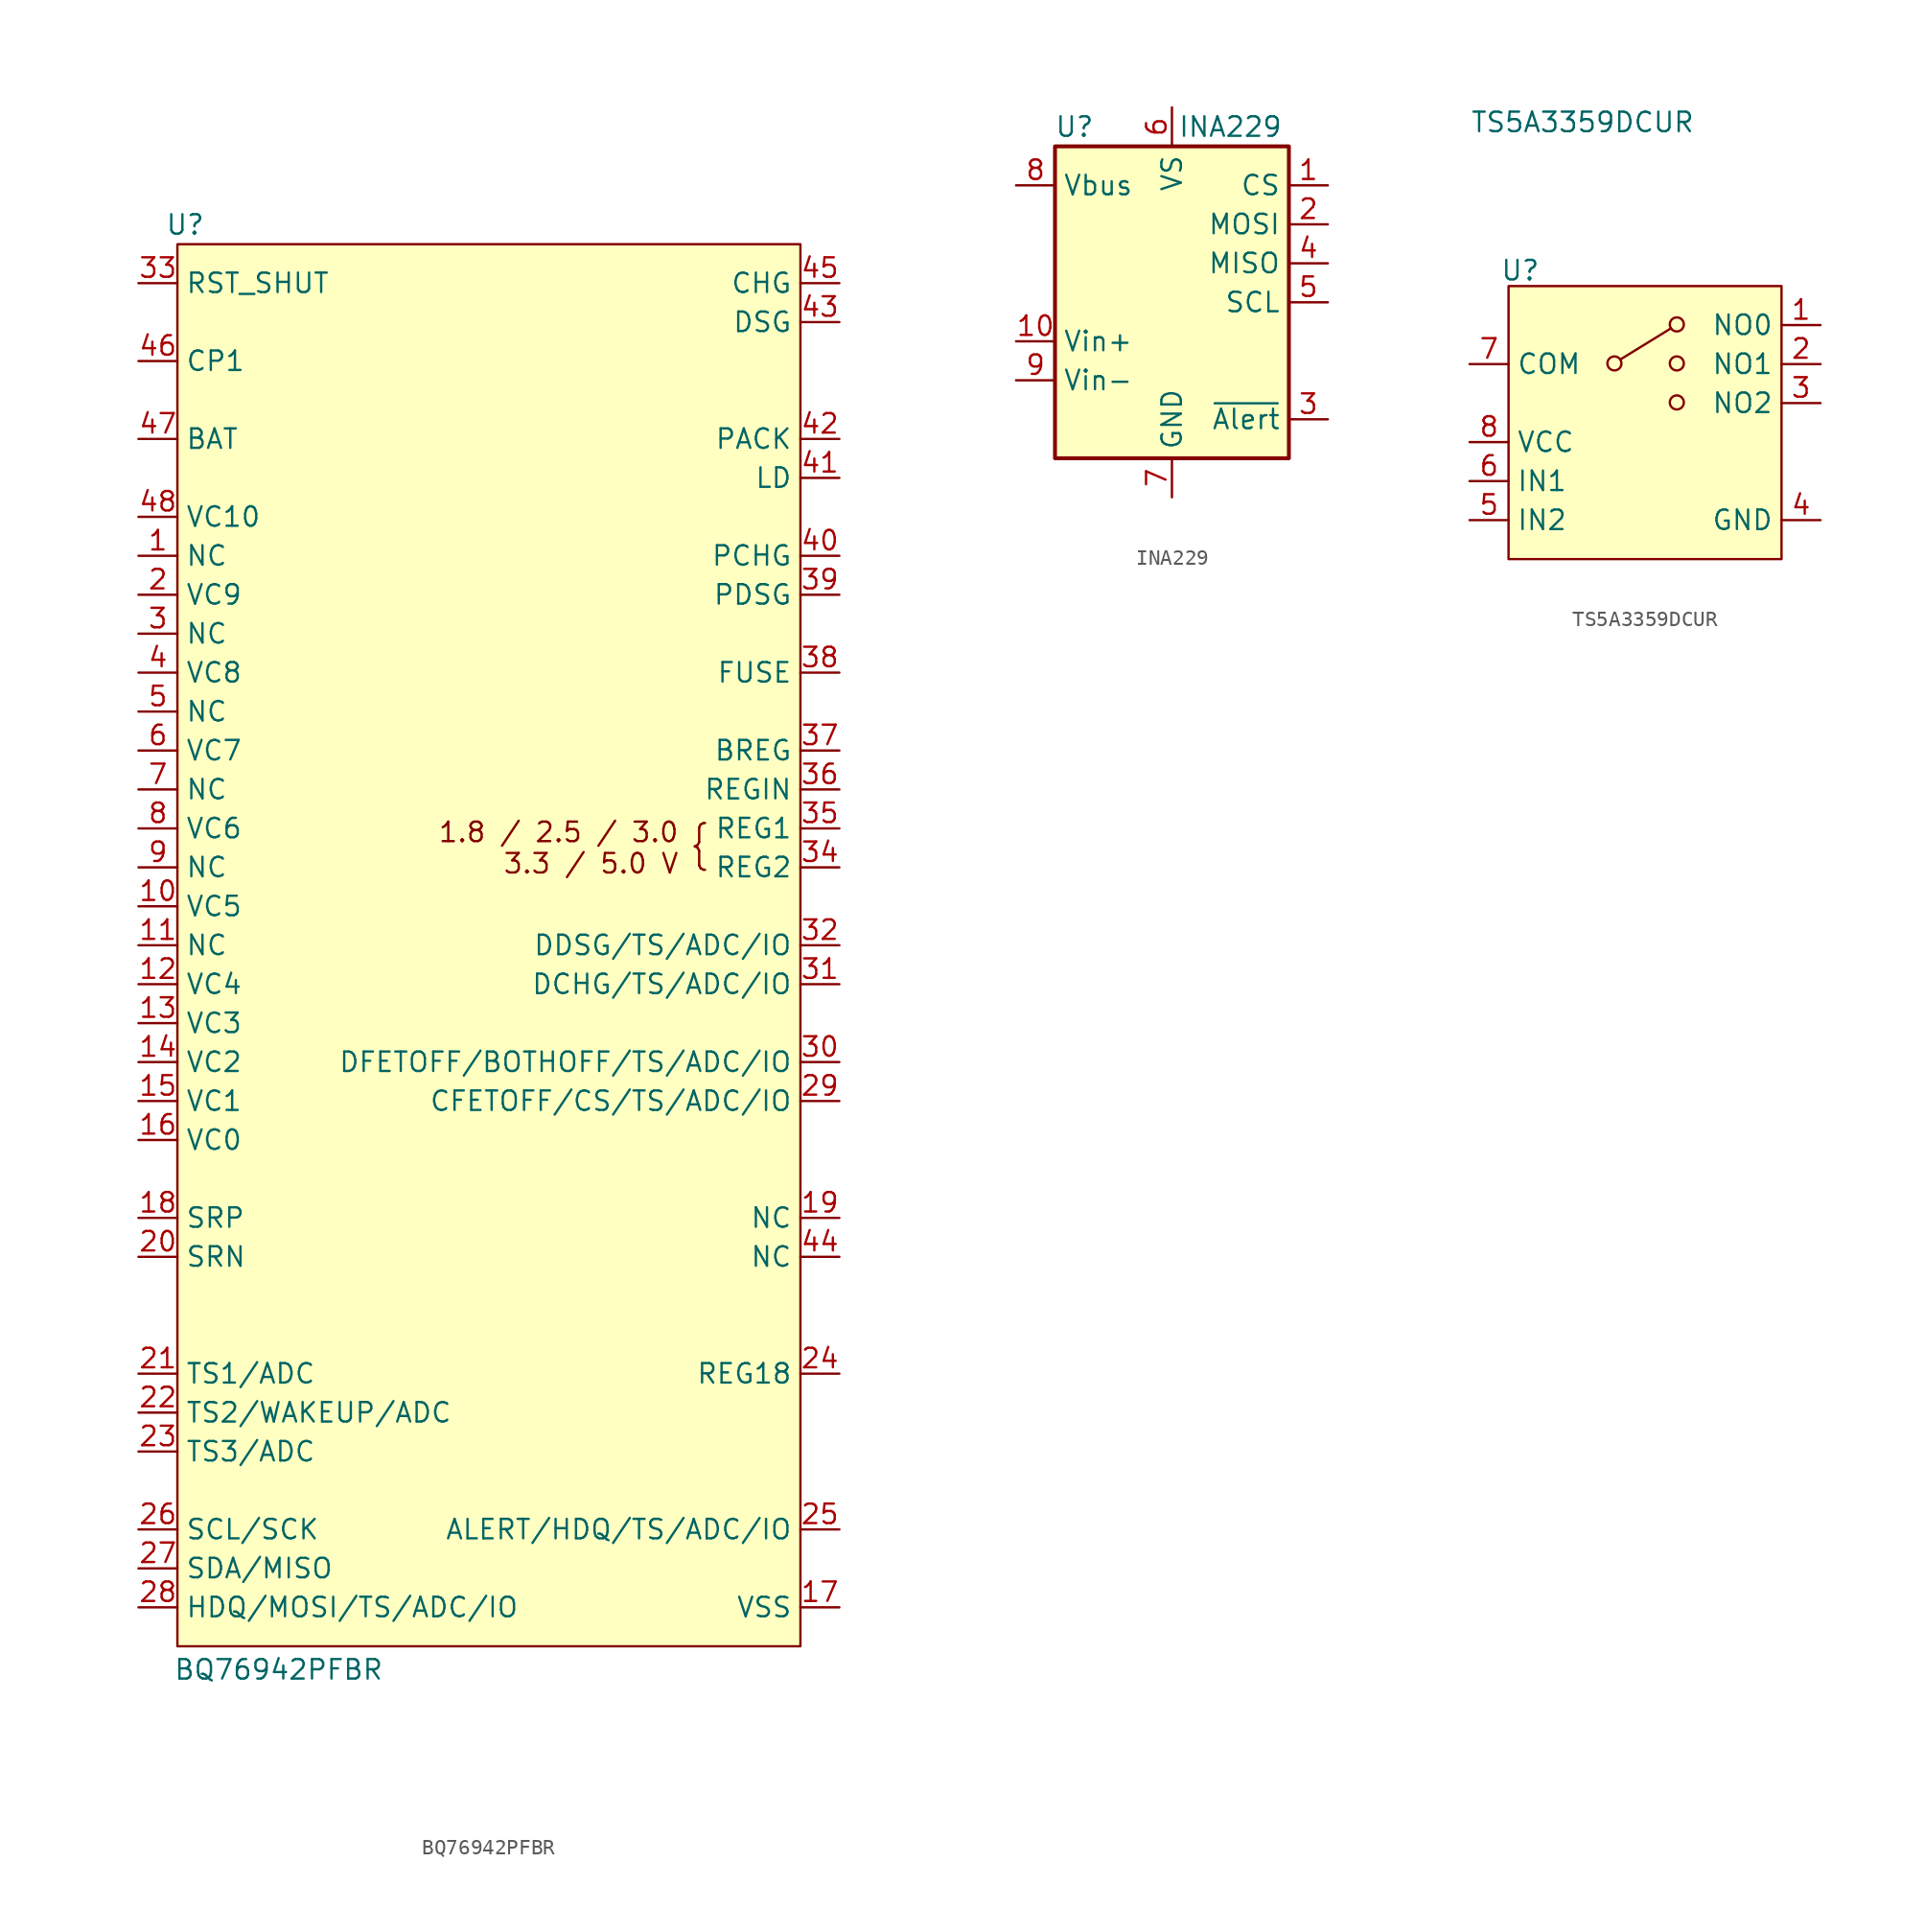
<source format=kicad_sym>
(kicad_symbol_lib
  (version 20241209)
  (generator "kicad_symbol_editor")
  (generator_version "9.0")
  (symbol "BQ76942PFBR"
    (property "Reference" "U"
      (at 0.508 1.27 0)
      (effects (font (size 1.27 1.27))))
    (property "Value" "BQ76942PFBR"
      (at 6.604 -92.964 0)
      (effects (font (size 1.27 1.27))))
    (symbol "BQ76942PFBR_0_0"
      (pin input line (at -2.54 -2.54 0) (length 2.54) (name "RST_SHUT" (effects (font (size 1.27 1.27)))) (number "33" (effects (font (size 1.27 1.27)))))
      (pin bidirectional line (at -2.54 -7.62 0) (length 2.54) (name "CP1" (effects (font (size 1.27 1.27)))) (number "46" (effects (font (size 1.27 1.27)))))
      (pin power_in line (at -2.54 -12.7 0) (length 2.54) (name "BAT" (effects (font (size 1.27 1.27)))) (number "47" (effects (font (size 1.27 1.27)))))
      (pin input line (at -2.54 -17.78 0) (length 2.54) (name "VC10" (effects (font (size 1.27 1.27)))) (number "48" (effects (font (size 1.27 1.27)))))
      (pin input line (at -2.54 -20.32 0) (length 2.54) (name "NC" (effects (font (size 1.27 1.27)))) (number "1" (effects (font (size 1.27 1.27)))))
      (pin input line (at -2.54 -22.86 0) (length 2.54) (name "VC9" (effects (font (size 1.27 1.27)))) (number "2" (effects (font (size 1.27 1.27)))))
      (pin input line (at -2.54 -25.4 0) (length 2.54) (name "NC" (effects (font (size 1.27 1.27)))) (number "3" (effects (font (size 1.27 1.27)))))
      (pin input line (at -2.54 -27.94 0) (length 2.54) (name "VC8" (effects (font (size 1.27 1.27)))) (number "4" (effects (font (size 1.27 1.27)))))
      (pin input line (at -2.54 -30.48 0) (length 2.54) (name "NC" (effects (font (size 1.27 1.27)))) (number "5" (effects (font (size 1.27 1.27)))))
      (pin input line (at -2.54 -33.02 0) (length 2.54) (name "VC7" (effects (font (size 1.27 1.27)))) (number "6" (effects (font (size 1.27 1.27)))))
      (pin input line (at -2.54 -35.56 0) (length 2.54) (name "NC" (effects (font (size 1.27 1.27)))) (number "7" (effects (font (size 1.27 1.27)))))
      (pin input line (at -2.54 -38.1 0) (length 2.54) (name "VC6" (effects (font (size 1.27 1.27)))) (number "8" (effects (font (size 1.27 1.27)))))
      (pin input line (at -2.54 -40.64 0) (length 2.54) (name "NC" (effects (font (size 1.27 1.27)))) (number "9" (effects (font (size 1.27 1.27)))))
      (pin input line (at -2.54 -45.72 0) (length 2.54) (name "NC" (effects (font (size 1.27 1.27)))) (number "11" (effects (font (size 1.27 1.27)))))
      (pin input line (at -2.54 -48.26 0) (length 2.54) (name "VC4" (effects (font (size 1.27 1.27)))) (number "12" (effects (font (size 1.27 1.27)))))
      (pin input line (at -2.54 -50.8 0) (length 2.54) (name "VC3" (effects (font (size 1.27 1.27)))) (number "13" (effects (font (size 1.27 1.27)))))
      (pin input line (at -2.54 -53.34 0) (length 2.54) (name "VC2" (effects (font (size 1.27 1.27)))) (number "14" (effects (font (size 1.27 1.27)))))
      (pin input line (at -2.54 -55.88 0) (length 2.54) (name "VC1" (effects (font (size 1.27 1.27)))) (number "15" (effects (font (size 1.27 1.27)))))
      (pin input line (at -2.54 -58.42 0) (length 2.54) (name "VC0" (effects (font (size 1.27 1.27)))) (number "16" (effects (font (size 1.27 1.27)))))
      (pin input line (at -2.54 -63.5 0) (length 2.54) (name "SRP" (effects (font (size 1.27 1.27)))) (number "18" (effects (font (size 1.27 1.27)))))
      (pin input line (at -2.54 -66.04 0) (length 2.54) (name "SRN" (effects (font (size 1.27 1.27)))) (number "20" (effects (font (size 1.27 1.27)))))
      (pin output line (at 43.18 -2.54 180) (length 2.54) (name "CHG" (effects (font (size 1.27 1.27)))) (number "45" (effects (font (size 1.27 1.27)))))
      (pin output line (at 43.18 -5.08 180) (length 2.54) (name "DSG" (effects (font (size 1.27 1.27)))) (number "43" (effects (font (size 1.27 1.27)))))
      (pin input line (at 43.18 -12.7 180) (length 2.54) (name "PACK" (effects (font (size 1.27 1.27)))) (number "42" (effects (font (size 1.27 1.27)))))
      (pin bidirectional line (at 43.18 -15.24 180) (length 2.54) (name "LD" (effects (font (size 1.27 1.27)))) (number "41" (effects (font (size 1.27 1.27)))))
      (pin output line (at 43.18 -20.32 180) (length 2.54) (name "PCHG" (effects (font (size 1.27 1.27)))) (number "40" (effects (font (size 1.27 1.27)))))
      (pin output line (at 43.18 -22.86 180) (length 2.54) (name "PDSG" (effects (font (size 1.27 1.27)))) (number "39" (effects (font (size 1.27 1.27)))))
      (pin bidirectional line (at 43.18 -27.94 180) (length 2.54) (name "FUSE" (effects (font (size 1.27 1.27)))) (number "38" (effects (font (size 1.27 1.27)))))
      (pin output line (at 43.18 -33.02 180) (length 2.54) (name "BREG" (effects (font (size 1.27 1.27)))) (number "37" (effects (font (size 1.27 1.27)))))
      (pin input line (at 43.18 -35.56 180) (length 2.54) (name "REGIN" (effects (font (size 1.27 1.27)))) (number "36" (effects (font (size 1.27 1.27)))))
      (pin power_out line (at 43.18 -38.1 180) (length 2.54) (name "REG1" (effects (font (size 1.27 1.27)))) (number "35" (effects (font (size 1.27 1.27)))))
      (pin power_out line (at 43.18 -40.64 180) (length 2.54) (name "REG2" (effects (font (size 1.27 1.27)))) (number "34" (effects (font (size 1.27 1.27)))))
      (pin passive line (at 43.18 -63.5 180) (length 2.54) (name "NC" (effects (font (size 1.27 1.27)))) (number "19" (effects (font (size 1.27 1.27)))))
      (pin passive line (at 43.18 -66.04 180) (length 2.54) (name "NC" (effects (font (size 1.27 1.27)))) (number "44" (effects (font (size 1.27 1.27)))))
      (pin power_out line (at 43.18 -73.66 180) (length 2.54) (name "REG18" (effects (font (size 1.27 1.27)))) (number "24" (effects (font (size 1.27 1.27)))))
      (pin power_out line (at 43.18 -88.9 180) (length 2.54) (name "VSS" (effects (font (size 1.27 1.27)))) (number "17" (effects (font (size 1.27 1.27))))))
    (symbol "BQ76942PFBR_1_0"
      (pin input line (at -2.54 -43.18 0) (length 2.54) (name "VC5" (effects (font (size 1.27 1.27)))) (number "10" (effects (font (size 1.27 1.27)))))
      (pin bidirectional line (at -2.54 -73.66 0) (length 2.54) (name "TS1/ADC" (effects (font (size 1.27 1.27)))) (number "21" (effects (font (size 1.27 1.27)))))
      (pin bidirectional line (at -2.54 -76.2 0) (length 2.54) (name "TS2/WAKEUP/ADC" (effects (font (size 1.27 1.27)))) (number "22" (effects (font (size 1.27 1.27)))))
      (pin bidirectional line (at -2.54 -78.74 0) (length 2.54) (name "TS3/ADC" (effects (font (size 1.27 1.27)))) (number "23" (effects (font (size 1.27 1.27)))))
      (pin bidirectional line (at -2.54 -83.82 0) (length 2.54) (name "SCL/SCK" (effects (font (size 1.27 1.27)))) (number "26" (effects (font (size 1.27 1.27)))))
      (pin bidirectional line (at -2.54 -86.36 0) (length 2.54) (name "SDA/MISO" (effects (font (size 1.27 1.27)))) (number "27" (effects (font (size 1.27 1.27)))))
      (pin bidirectional line (at -2.54 -88.9 0) (length 2.54) (name "HDQ/MOSI/TS/ADC/IO" (effects (font (size 1.27 1.27)))) (number "28" (effects (font (size 1.27 1.27)))))
      (pin bidirectional line (at 43.18 -45.72 180) (length 2.54) (name "DDSG/TS/ADC/IO" (effects (font (size 1.27 1.27)))) (number "32" (effects (font (size 1.27 1.27)))))
      (pin bidirectional line (at 43.18 -48.26 180) (length 2.54) (name "DCHG/TS/ADC/IO" (effects (font (size 1.27 1.27)))) (number "31" (effects (font (size 1.27 1.27)))))
      (pin bidirectional line (at 43.18 -53.34 180) (length 2.54) (name "DFETOFF/BOTHOFF/TS/ADC/IO" (effects (font (size 1.27 1.27)))) (number "30" (effects (font (size 1.27 1.27)))))
      (pin bidirectional line (at 43.18 -55.88 180) (length 2.54) (name "CFETOFF/CS/TS/ADC/IO" (effects (font (size 1.27 1.27)))) (number "29" (effects (font (size 1.27 1.27)))))
      (pin bidirectional line (at 43.18 -83.82 180) (length 2.54) (name "ALERT/HDQ/TS/ADC/IO" (effects (font (size 1.27 1.27)))) (number "25" (effects (font (size 1.27 1.27))))))
    (symbol "BQ76942PFBR_1_1"
      (rectangle (start 0 0) (end 40.64 -91.44) (stroke (width 0) (type solid)) (fill (type background)))
      (text "1.8 / 2.5 / 3.0\n3.3 / 5.0 V" (at 32.766 -39.37 0) (effects (font (size 1.27 1.27)) (justify right)))
      (text "{" (at 34.036 -39.116 0) (effects (font (size 2 2))))))
  (symbol "INA229"
    (property "Reference" "U"
      (at -6.35 11.43 0)
      (effects (font (size 1.27 1.27))))
    (property "Value" "INA229"
      (at 3.81 11.43 0)
      (effects (font (size 1.27 1.27))))
    (symbol "INA229_0_1"
      (rectangle (start 7.62 10.16) (end -7.62 -10.16) (stroke (width 0.254) (type default)) (fill (type background))))
    (symbol "INA229_1_1"
      (pin input line (at -10.16 7.62 0) (length 2.54) (name "Vbus" (effects (font (size 1.27 1.27)))) (number "8" (effects (font (size 1.27 1.27)))))
      (pin input line (at -10.16 -2.54 0) (length 2.54) (name "Vin+" (effects (font (size 1.27 1.27)))) (number "10" (effects (font (size 1.27 1.27)))))
      (pin input line (at -10.16 -5.08 0) (length 2.54) (name "Vin-" (effects (font (size 1.27 1.27)))) (number "9" (effects (font (size 1.27 1.27)))))
      (pin power_in line (at 0 12.7 270) (length 2.54) (name "VS" (effects (font (size 1.27 1.27)))) (number "6" (effects (font (size 1.27 1.27)))))
      (pin power_in line (at 0 -12.7 90) (length 2.54) (name "GND" (effects (font (size 1.27 1.27)))) (number "7" (effects (font (size 1.27 1.27)))))
      (pin input line (at 10.16 7.62 180) (length 2.54) (name "CS" (effects (font (size 1.27 1.27)))) (number "1" (effects (font (size 1.27 1.27)))))
      (pin input line (at 10.16 5.08 180) (length 2.54) (name "MOSI" (effects (font (size 1.27 1.27)))) (number "2" (effects (font (size 1.27 1.27)))))
      (pin output line (at 10.16 2.54 180) (length 2.54) (name "MISO" (effects (font (size 1.27 1.27)))) (number "4" (effects (font (size 1.27 1.27)))))
      (pin input line (at 10.16 0 180) (length 2.54) (name "SCL" (effects (font (size 1.27 1.27)))) (number "5" (effects (font (size 1.27 1.27)))))
      (pin open_collector line (at 10.16 -7.62 180) (length 2.54) (name "~{Alert}" (effects (font (size 1.27 1.27)))) (number "3" (effects (font (size 1.27 1.27)))))))
  (symbol "TS5A3359DCUR"
    (property "Reference" "U"
      (at 0.762 1.016 0)
      (effects (font (size 1.27 1.27))))
    (property "Value" "TS5A3359DCUR"
      (at 4.826 10.668 0)
      (effects (font (size 1.27 1.27))))
    (symbol "TS5A3359DCUR_0_1"
      (circle (center 6.896 -5.037) (radius 0.457) (stroke (width 0) (type default)) (fill (type none)))
      (polyline (pts (xy 7.277 -4.782) (xy 10.579 -2.751)) (stroke (width 0) (type default)) (fill (type none)))
      (circle (center 10.96 -2.497) (radius 0.457) (stroke (width 0) (type default)) (fill (type none)))
      (circle (center 10.96 -5.037) (radius 0.457) (stroke (width 0) (type default)) (fill (type none)))
      (circle (center 10.96 -7.577) (radius 0.457) (stroke (width 0) (type default)) (fill (type none))))
    (symbol "TS5A3359DCUR_1_1"
      (rectangle (start 0 0) (end 17.78 -17.78) (stroke (width 0) (type default)) (fill (type background)))
      (pin power_in line (at -2.54 -5.08 0) (length 2.54) (name "COM" (effects (font (size 1.27 1.27)))) (number "7" (effects (font (size 1.27 1.27)))))
      (pin power_in line (at -2.54 -10.16 0) (length 2.54) (name "VCC" (effects (font (size 1.27 1.27)))) (number "8" (effects (font (size 1.27 1.27)))))
      (pin input line (at -2.54 -12.7 0) (length 2.54) (name "IN1" (effects (font (size 1.27 1.27)))) (number "6" (effects (font (size 1.27 1.27)))))
      (pin input line (at -2.54 -15.24 0) (length 2.54) (name "IN2" (effects (font (size 1.27 1.27)))) (number "5" (effects (font (size 1.27 1.27)))))
      (pin power_out line (at 20.32 -2.54 180) (length 2.54) (name "NO0" (effects (font (size 1.27 1.27)))) (number "1" (effects (font (size 1.27 1.27)))))
      (pin power_out line (at 20.32 -5.08 180) (length 2.54) (name "NO1" (effects (font (size 1.27 1.27)))) (number "2" (effects (font (size 1.27 1.27)))))
      (pin power_out line (at 20.32 -7.62 180) (length 2.54) (name "NO2" (effects (font (size 1.27 1.27)))) (number "3" (effects (font (size 1.27 1.27)))))
      (pin power_out line (at 20.32 -15.24 180) (length 2.54) (name "GND" (effects (font (size 1.27 1.27)))) (number "4" (effects (font (size 1.27 1.27))))))))
</source>
